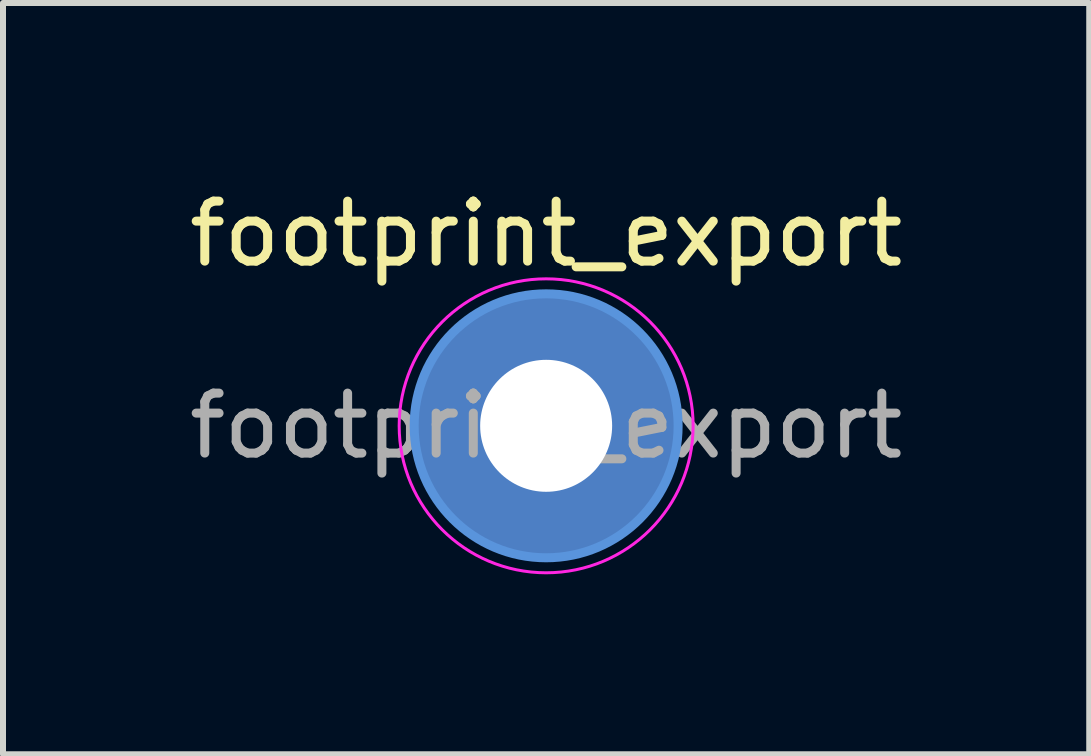
<source format=kicad_pcb>
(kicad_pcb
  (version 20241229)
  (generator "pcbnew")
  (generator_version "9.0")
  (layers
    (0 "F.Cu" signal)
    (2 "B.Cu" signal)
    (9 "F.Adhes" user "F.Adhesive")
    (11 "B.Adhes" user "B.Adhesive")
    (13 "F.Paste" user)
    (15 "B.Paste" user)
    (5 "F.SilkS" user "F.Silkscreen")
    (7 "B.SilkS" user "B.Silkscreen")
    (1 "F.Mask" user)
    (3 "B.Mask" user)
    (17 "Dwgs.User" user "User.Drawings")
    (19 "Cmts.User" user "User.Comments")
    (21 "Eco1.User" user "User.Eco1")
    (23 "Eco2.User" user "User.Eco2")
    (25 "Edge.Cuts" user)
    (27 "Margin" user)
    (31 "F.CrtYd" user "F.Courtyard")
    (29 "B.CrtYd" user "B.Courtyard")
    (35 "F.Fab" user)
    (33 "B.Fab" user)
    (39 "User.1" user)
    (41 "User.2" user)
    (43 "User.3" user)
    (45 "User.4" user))
  (footprint "footprint_export"
    (layer "F.Cu")
    (at 6.054 4.048)
    (property "Reference" "footprint_export" (at 0 -3.2 0) (layer "F.SilkS") (effects (font (size 1 1) (thickness 0.15))))
    (attr exclude_from_pos_files exclude_from_bom)
    (fp_circle (center 0 0) (end 2.2 0) (stroke (width 0.15) (type solid)) (fill no) (layer "Cmts.User"))
    (fp_circle (center 0 0) (end 2.45 0) (stroke (width 0.05) (type solid)) (fill no) (layer "F.CrtYd"))
    (fp_text user "${REFERENCE}" (at 0 0 0) (layer "F.Fab") (effects (font (size 1 1) (thickness 0.15))))
    (pad "1" thru_hole circle (at 0 0) (size 4.4 4.4) (drill 2.2) (layers "*.Cu" "*.Mask")))
  (gr_rect
    (start -3 -3)
    (end 15.107 9.523)
    (stroke (width 0.1) (type default))
    (fill no)
    (layer "Edge.Cuts")))
</source>
